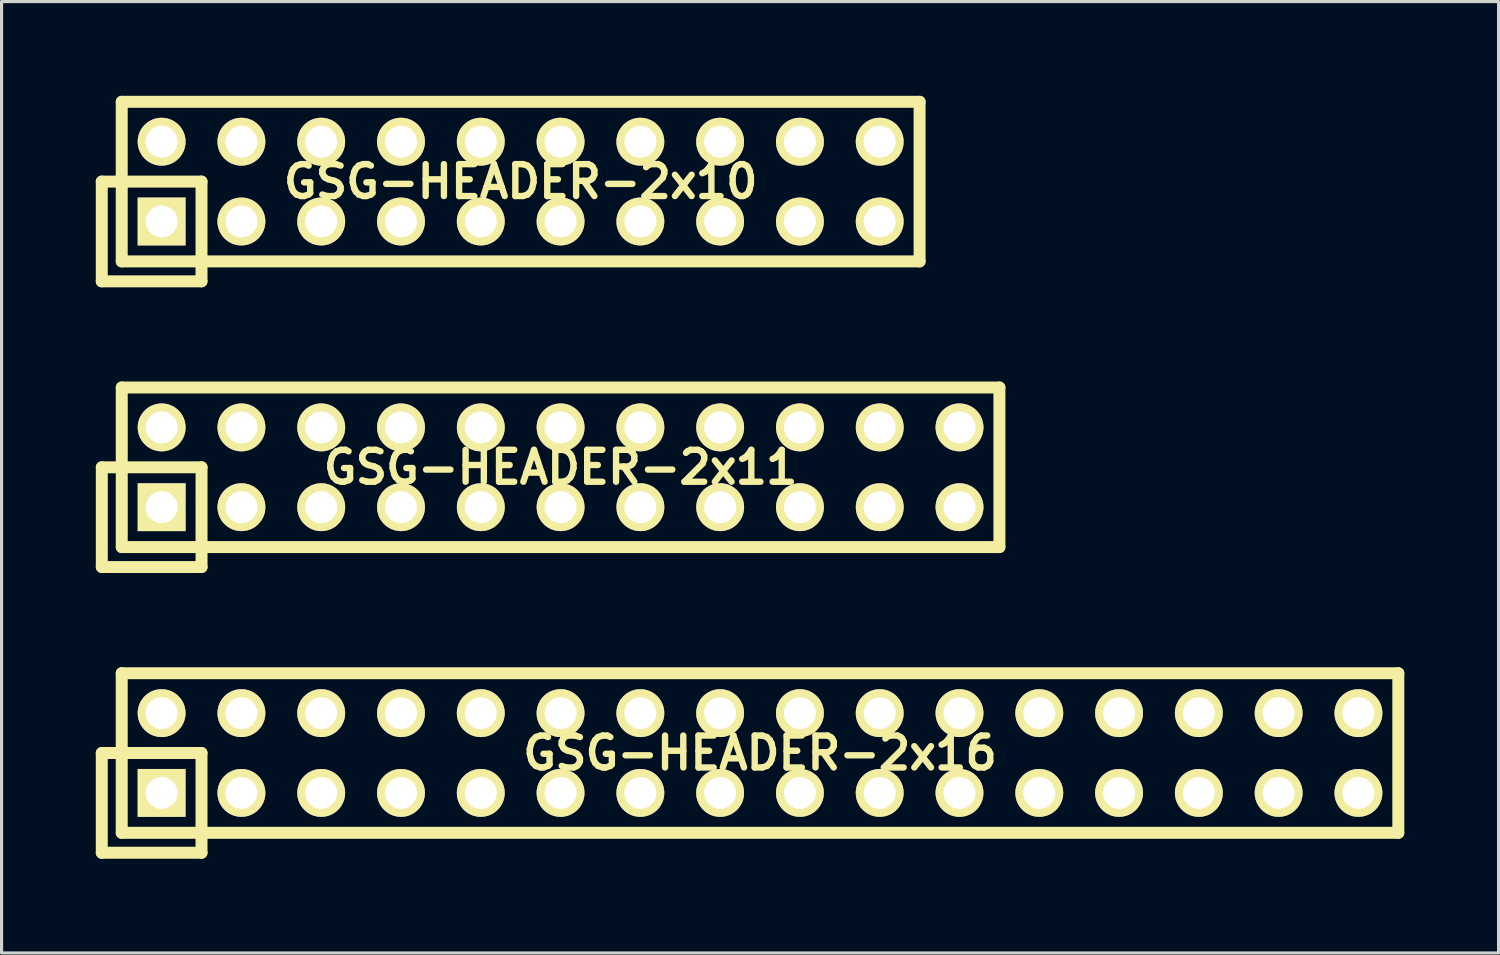
<source format=kicad_pcb>
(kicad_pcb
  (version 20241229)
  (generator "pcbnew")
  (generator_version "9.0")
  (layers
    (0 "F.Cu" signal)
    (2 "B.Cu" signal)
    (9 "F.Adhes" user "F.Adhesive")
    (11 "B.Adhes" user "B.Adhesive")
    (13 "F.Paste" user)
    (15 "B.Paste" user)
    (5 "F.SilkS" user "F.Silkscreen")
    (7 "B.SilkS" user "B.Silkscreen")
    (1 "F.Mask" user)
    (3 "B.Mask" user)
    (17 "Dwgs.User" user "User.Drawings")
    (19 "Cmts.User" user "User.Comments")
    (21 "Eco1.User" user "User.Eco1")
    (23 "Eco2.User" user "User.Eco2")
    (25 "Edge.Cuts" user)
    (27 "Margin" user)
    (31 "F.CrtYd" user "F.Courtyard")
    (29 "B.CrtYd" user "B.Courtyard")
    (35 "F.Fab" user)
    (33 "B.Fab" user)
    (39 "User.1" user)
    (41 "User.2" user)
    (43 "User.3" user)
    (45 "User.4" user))
  (footprint "GSG-HEADER-2x11"
    (layer "F.Cu")
    (at 14.796 11.826)
    (property "Reference" "GSG-HEADER-2x11" (at 0 0 0) (layer "F.SilkS") (effects (font (size 1.016 1.016) (thickness 0.203))))
    (attr through_hole)
    (fp_line (start -14.605 0) (end -14.605 3.175) (stroke (width 0.381) (type solid)) (layer "F.SilkS"))
    (fp_line (start -14.605 3.175) (end -11.43 3.175) (stroke (width 0.381) (type solid)) (layer "F.SilkS"))
    (fp_line (start -13.97 -2.54) (end 13.97 -2.54) (stroke (width 0.381) (type solid)) (layer "F.SilkS"))
    (fp_line (start -13.97 2.54) (end -13.97 -2.54) (stroke (width 0.381) (type solid)) (layer "F.SilkS"))
    (fp_line (start -11.43 0) (end -14.605 0) (stroke (width 0.381) (type solid)) (layer "F.SilkS"))
    (fp_line (start -11.43 3.175) (end -11.43 0) (stroke (width 0.381) (type solid)) (layer "F.SilkS"))
    (fp_line (start 13.97 -2.54) (end 13.97 2.54) (stroke (width 0.381) (type solid)) (layer "F.SilkS"))
    (fp_line (start 13.97 2.54) (end -13.97 2.54) (stroke (width 0.381) (type solid)) (layer "F.SilkS"))
    (pad "1" thru_hole rect (at -12.7 1.27) (size 1.524 1.524) (drill 1.016) (layers "*.Cu" "*.Mask" "F.SilkS"))
    (pad "2" thru_hole circle (at -12.7 -1.27) (size 1.524 1.524) (drill 1.016) (layers "*.Cu" "*.Mask" "F.SilkS"))
    (pad "3" thru_hole circle (at -10.16 1.27) (size 1.524 1.524) (drill 1.016) (layers "*.Cu" "*.Mask" "F.SilkS"))
    (pad "4" thru_hole circle (at -10.16 -1.27) (size 1.524 1.524) (drill 1.016) (layers "*.Cu" "*.Mask" "F.SilkS"))
    (pad "5" thru_hole circle (at -7.62 1.27) (size 1.524 1.524) (drill 1.016) (layers "*.Cu" "*.Mask" "F.SilkS"))
    (pad "6" thru_hole circle (at -7.62 -1.27) (size 1.524 1.524) (drill 1.016) (layers "*.Cu" "*.Mask" "F.SilkS"))
    (pad "7" thru_hole circle (at -5.08 1.27) (size 1.524 1.524) (drill 1.016) (layers "*.Cu" "*.Mask" "F.SilkS"))
    (pad "8" thru_hole circle (at -5.08 -1.27) (size 1.524 1.524) (drill 1.016) (layers "*.Cu" "*.Mask" "F.SilkS"))
    (pad "9" thru_hole circle (at -2.54 1.27) (size 1.524 1.524) (drill 1.016) (layers "*.Cu" "*.Mask" "F.SilkS"))
    (pad "10" thru_hole circle (at -2.54 -1.27) (size 1.524 1.524) (drill 1.016) (layers "*.Cu" "*.Mask" "F.SilkS"))
    (pad "11" thru_hole circle (at 0 1.27) (size 1.524 1.524) (drill 1.016) (layers "*.Cu" "*.Mask" "F.SilkS"))
    (pad "12" thru_hole circle (at 0 -1.27) (size 1.524 1.524) (drill 1.016) (layers "*.Cu" "*.Mask" "F.SilkS"))
    (pad "13" thru_hole circle (at 2.54 1.27) (size 1.524 1.524) (drill 1.016) (layers "*.Cu" "*.Mask" "F.SilkS"))
    (pad "14" thru_hole circle (at 2.54 -1.27) (size 1.524 1.524) (drill 1.016) (layers "*.Cu" "*.Mask" "F.SilkS"))
    (pad "15" thru_hole circle (at 5.08 1.27) (size 1.524 1.524) (drill 1.016) (layers "*.Cu" "*.Mask" "F.SilkS"))
    (pad "16" thru_hole circle (at 5.08 -1.27) (size 1.524 1.524) (drill 1.016) (layers "*.Cu" "*.Mask" "F.SilkS"))
    (pad "17" thru_hole circle (at 7.62 1.27) (size 1.524 1.524) (drill 1.016) (layers "*.Cu" "*.Mask" "F.SilkS"))
    (pad "18" thru_hole circle (at 7.62 -1.27) (size 1.524 1.524) (drill 1.016) (layers "*.Cu" "*.Mask" "F.SilkS"))
    (pad "19" thru_hole circle (at 10.16 1.27) (size 1.524 1.524) (drill 1.016) (layers "*.Cu" "*.Mask" "F.SilkS"))
    (pad "20" thru_hole circle (at 10.16 -1.27) (size 1.524 1.524) (drill 1.016) (layers "*.Cu" "*.Mask" "F.SilkS"))
    (pad "21" thru_hole circle (at 12.7 1.27) (size 1.524 1.524) (drill 1.016) (layers "*.Cu" "*.Mask" "F.SilkS"))
    (pad "22" thru_hole circle (at 12.7 -1.27) (size 1.524 1.524) (drill 1.016) (layers "*.Cu" "*.Mask" "F.SilkS")))
  (footprint "GSG-HEADER-2x10"
    (layer "F.Cu")
    (at 13.525 2.731)
    (property "Reference" "GSG-HEADER-2x10" (at 0 0 0) (layer "F.SilkS") (effects (font (size 1.016 1.016) (thickness 0.203))))
    (attr through_hole)
    (fp_line (start -13.335 0) (end -13.335 3.175) (stroke (width 0.381) (type solid)) (layer "F.SilkS"))
    (fp_line (start -13.335 3.175) (end -10.16 3.175) (stroke (width 0.381) (type solid)) (layer "F.SilkS"))
    (fp_line (start -12.7 -2.54) (end 12.7 -2.54) (stroke (width 0.381) (type solid)) (layer "F.SilkS"))
    (fp_line (start -12.7 2.54) (end -12.7 -2.54) (stroke (width 0.381) (type solid)) (layer "F.SilkS"))
    (fp_line (start -10.16 0) (end -13.335 0) (stroke (width 0.381) (type solid)) (layer "F.SilkS"))
    (fp_line (start -10.16 3.175) (end -10.16 0) (stroke (width 0.381) (type solid)) (layer "F.SilkS"))
    (fp_line (start 12.7 -2.54) (end 12.7 2.54) (stroke (width 0.381) (type solid)) (layer "F.SilkS"))
    (fp_line (start 12.7 2.54) (end -12.7 2.54) (stroke (width 0.381) (type solid)) (layer "F.SilkS"))
    (pad "1" thru_hole rect (at -11.43 1.27) (size 1.524 1.524) (drill 1.016) (layers "*.Cu" "*.Mask" "F.SilkS"))
    (pad "2" thru_hole circle (at -11.43 -1.27) (size 1.524 1.524) (drill 1.016) (layers "*.Cu" "*.Mask" "F.SilkS"))
    (pad "3" thru_hole circle (at -8.89 1.27) (size 1.524 1.524) (drill 1.016) (layers "*.Cu" "*.Mask" "F.SilkS"))
    (pad "4" thru_hole circle (at -8.89 -1.27) (size 1.524 1.524) (drill 1.016) (layers "*.Cu" "*.Mask" "F.SilkS"))
    (pad "5" thru_hole circle (at -6.35 1.27) (size 1.524 1.524) (drill 1.016) (layers "*.Cu" "*.Mask" "F.SilkS"))
    (pad "6" thru_hole circle (at -6.35 -1.27) (size 1.524 1.524) (drill 1.016) (layers "*.Cu" "*.Mask" "F.SilkS"))
    (pad "7" thru_hole circle (at -3.81 1.27) (size 1.524 1.524) (drill 1.016) (layers "*.Cu" "*.Mask" "F.SilkS"))
    (pad "8" thru_hole circle (at -3.81 -1.27) (size 1.524 1.524) (drill 1.016) (layers "*.Cu" "*.Mask" "F.SilkS"))
    (pad "9" thru_hole circle (at -1.27 1.27) (size 1.524 1.524) (drill 1.016) (layers "*.Cu" "*.Mask" "F.SilkS"))
    (pad "10" thru_hole circle (at -1.27 -1.27) (size 1.524 1.524) (drill 1.016) (layers "*.Cu" "*.Mask" "F.SilkS"))
    (pad "11" thru_hole circle (at 1.27 1.27) (size 1.524 1.524) (drill 1.016) (layers "*.Cu" "*.Mask" "F.SilkS"))
    (pad "12" thru_hole circle (at 1.27 -1.27) (size 1.524 1.524) (drill 1.016) (layers "*.Cu" "*.Mask" "F.SilkS"))
    (pad "13" thru_hole circle (at 3.81 1.27) (size 1.524 1.524) (drill 1.016) (layers "*.Cu" "*.Mask" "F.SilkS"))
    (pad "14" thru_hole circle (at 3.81 -1.27) (size 1.524 1.524) (drill 1.016) (layers "*.Cu" "*.Mask" "F.SilkS"))
    (pad "15" thru_hole circle (at 6.35 1.27) (size 1.524 1.524) (drill 1.016) (layers "*.Cu" "*.Mask" "F.SilkS"))
    (pad "16" thru_hole circle (at 6.35 -1.27) (size 1.524 1.524) (drill 1.016) (layers "*.Cu" "*.Mask" "F.SilkS"))
    (pad "17" thru_hole circle (at 8.89 1.27) (size 1.524 1.524) (drill 1.016) (layers "*.Cu" "*.Mask" "F.SilkS"))
    (pad "18" thru_hole circle (at 8.89 -1.27) (size 1.524 1.524) (drill 1.016) (layers "*.Cu" "*.Mask" "F.SilkS"))
    (pad "19" thru_hole circle (at 11.43 1.27) (size 1.524 1.524) (drill 1.016) (layers "*.Cu" "*.Mask" "F.SilkS"))
    (pad "20" thru_hole circle (at 11.43 -1.27) (size 1.524 1.524) (drill 1.016) (layers "*.Cu" "*.Mask" "F.SilkS")))
  (footprint "GSG-HEADER-2x16"
    (layer "F.Cu")
    (at 21.145 20.922)
    (property "Reference" "GSG-HEADER-2x16" (at 0 0 0) (layer "F.SilkS") (effects (font (size 1.016 1.016) (thickness 0.203))))
    (attr through_hole)
    (fp_line (start -20.955 0) (end -20.955 3.175) (stroke (width 0.381) (type solid)) (layer "F.SilkS"))
    (fp_line (start -20.955 3.175) (end -17.78 3.175) (stroke (width 0.381) (type solid)) (layer "F.SilkS"))
    (fp_line (start -20.32 -2.54) (end 20.32 -2.54) (stroke (width 0.381) (type solid)) (layer "F.SilkS"))
    (fp_line (start -20.32 2.54) (end -20.32 -2.54) (stroke (width 0.381) (type solid)) (layer "F.SilkS"))
    (fp_line (start -17.78 0) (end -20.955 0) (stroke (width 0.381) (type solid)) (layer "F.SilkS"))
    (fp_line (start -17.78 3.175) (end -17.78 0) (stroke (width 0.381) (type solid)) (layer "F.SilkS"))
    (fp_line (start 20.32 -2.54) (end 20.32 2.54) (stroke (width 0.381) (type solid)) (layer "F.SilkS"))
    (fp_line (start 20.32 2.54) (end -20.32 2.54) (stroke (width 0.381) (type solid)) (layer "F.SilkS"))
    (pad "1" thru_hole rect (at -19.05 1.27) (size 1.524 1.524) (drill 1.016) (layers "*.Cu" "*.Mask" "F.SilkS"))
    (pad "2" thru_hole circle (at -19.05 -1.27) (size 1.524 1.524) (drill 1.016) (layers "*.Cu" "*.Mask" "F.SilkS"))
    (pad "3" thru_hole circle (at -16.51 1.27) (size 1.524 1.524) (drill 1.016) (layers "*.Cu" "*.Mask" "F.SilkS"))
    (pad "4" thru_hole circle (at -16.51 -1.27) (size 1.524 1.524) (drill 1.016) (layers "*.Cu" "*.Mask" "F.SilkS"))
    (pad "5" thru_hole circle (at -13.97 1.27) (size 1.524 1.524) (drill 1.016) (layers "*.Cu" "*.Mask" "F.SilkS"))
    (pad "6" thru_hole circle (at -13.97 -1.27) (size 1.524 1.524) (drill 1.016) (layers "*.Cu" "*.Mask" "F.SilkS"))
    (pad "7" thru_hole circle (at -11.43 1.27) (size 1.524 1.524) (drill 1.016) (layers "*.Cu" "*.Mask" "F.SilkS"))
    (pad "8" thru_hole circle (at -11.43 -1.27) (size 1.524 1.524) (drill 1.016) (layers "*.Cu" "*.Mask" "F.SilkS"))
    (pad "9" thru_hole circle (at -8.89 1.27) (size 1.524 1.524) (drill 1.016) (layers "*.Cu" "*.Mask" "F.SilkS"))
    (pad "10" thru_hole circle (at -8.89 -1.27) (size 1.524 1.524) (drill 1.016) (layers "*.Cu" "*.Mask" "F.SilkS"))
    (pad "11" thru_hole circle (at -6.35 1.27) (size 1.524 1.524) (drill 1.016) (layers "*.Cu" "*.Mask" "F.SilkS"))
    (pad "12" thru_hole circle (at -6.35 -1.27) (size 1.524 1.524) (drill 1.016) (layers "*.Cu" "*.Mask" "F.SilkS"))
    (pad "13" thru_hole circle (at -3.81 1.27) (size 1.524 1.524) (drill 1.016) (layers "*.Cu" "*.Mask" "F.SilkS"))
    (pad "14" thru_hole circle (at -3.81 -1.27) (size 1.524 1.524) (drill 1.016) (layers "*.Cu" "*.Mask" "F.SilkS"))
    (pad "15" thru_hole circle (at -1.27 1.27) (size 1.524 1.524) (drill 1.016) (layers "*.Cu" "*.Mask" "F.SilkS"))
    (pad "16" thru_hole circle (at -1.27 -1.27) (size 1.524 1.524) (drill 1.016) (layers "*.Cu" "*.Mask" "F.SilkS"))
    (pad "17" thru_hole circle (at 1.27 1.27) (size 1.524 1.524) (drill 1.016) (layers "*.Cu" "*.Mask" "F.SilkS"))
    (pad "18" thru_hole circle (at 1.27 -1.27) (size 1.524 1.524) (drill 1.016) (layers "*.Cu" "*.Mask" "F.SilkS"))
    (pad "19" thru_hole circle (at 3.81 1.27) (size 1.524 1.524) (drill 1.016) (layers "*.Cu" "*.Mask" "F.SilkS"))
    (pad "20" thru_hole circle (at 3.81 -1.27) (size 1.524 1.524) (drill 1.016) (layers "*.Cu" "*.Mask" "F.SilkS"))
    (pad "21" thru_hole circle (at 6.35 1.27) (size 1.524 1.524) (drill 1.016) (layers "*.Cu" "*.Mask" "F.SilkS"))
    (pad "22" thru_hole circle (at 6.35 -1.27) (size 1.524 1.524) (drill 1.016) (layers "*.Cu" "*.Mask" "F.SilkS"))
    (pad "23" thru_hole circle (at 8.89 1.27) (size 1.524 1.524) (drill 1.016) (layers "*.Cu" "*.Mask" "F.SilkS"))
    (pad "24" thru_hole circle (at 8.89 -1.27) (size 1.524 1.524) (drill 1.016) (layers "*.Cu" "*.Mask" "F.SilkS"))
    (pad "25" thru_hole circle (at 11.43 1.27) (size 1.524 1.524) (drill 1.016) (layers "*.Cu" "*.Mask" "F.SilkS"))
    (pad "26" thru_hole circle (at 11.43 -1.27) (size 1.524 1.524) (drill 1.016) (layers "*.Cu" "*.Mask" "F.SilkS"))
    (pad "27" thru_hole circle (at 13.97 1.27) (size 1.524 1.524) (drill 1.016) (layers "*.Cu" "*.Mask" "F.SilkS"))
    (pad "28" thru_hole circle (at 13.97 -1.27) (size 1.524 1.524) (drill 1.016) (layers "*.Cu" "*.Mask" "F.SilkS"))
    (pad "29" thru_hole circle (at 16.51 1.27) (size 1.524 1.524) (drill 1.016) (layers "*.Cu" "*.Mask" "F.SilkS"))
    (pad "30" thru_hole circle (at 16.51 -1.27) (size 1.524 1.524) (drill 1.016) (layers "*.Cu" "*.Mask" "F.SilkS"))
    (pad "31" thru_hole circle (at 19.05 1.27) (size 1.524 1.524) (drill 1.016) (layers "*.Cu" "*.Mask" "F.SilkS"))
    (pad "32" thru_hole circle (at 19.05 -1.27) (size 1.524 1.524) (drill 1.016) (layers "*.Cu" "*.Mask" "F.SilkS")))
  (gr_rect
    (start -3 -3)
    (end 44.656 27.288)
    (stroke (width 0.1) (type default))
    (fill no)
    (layer "Edge.Cuts")))
</source>
